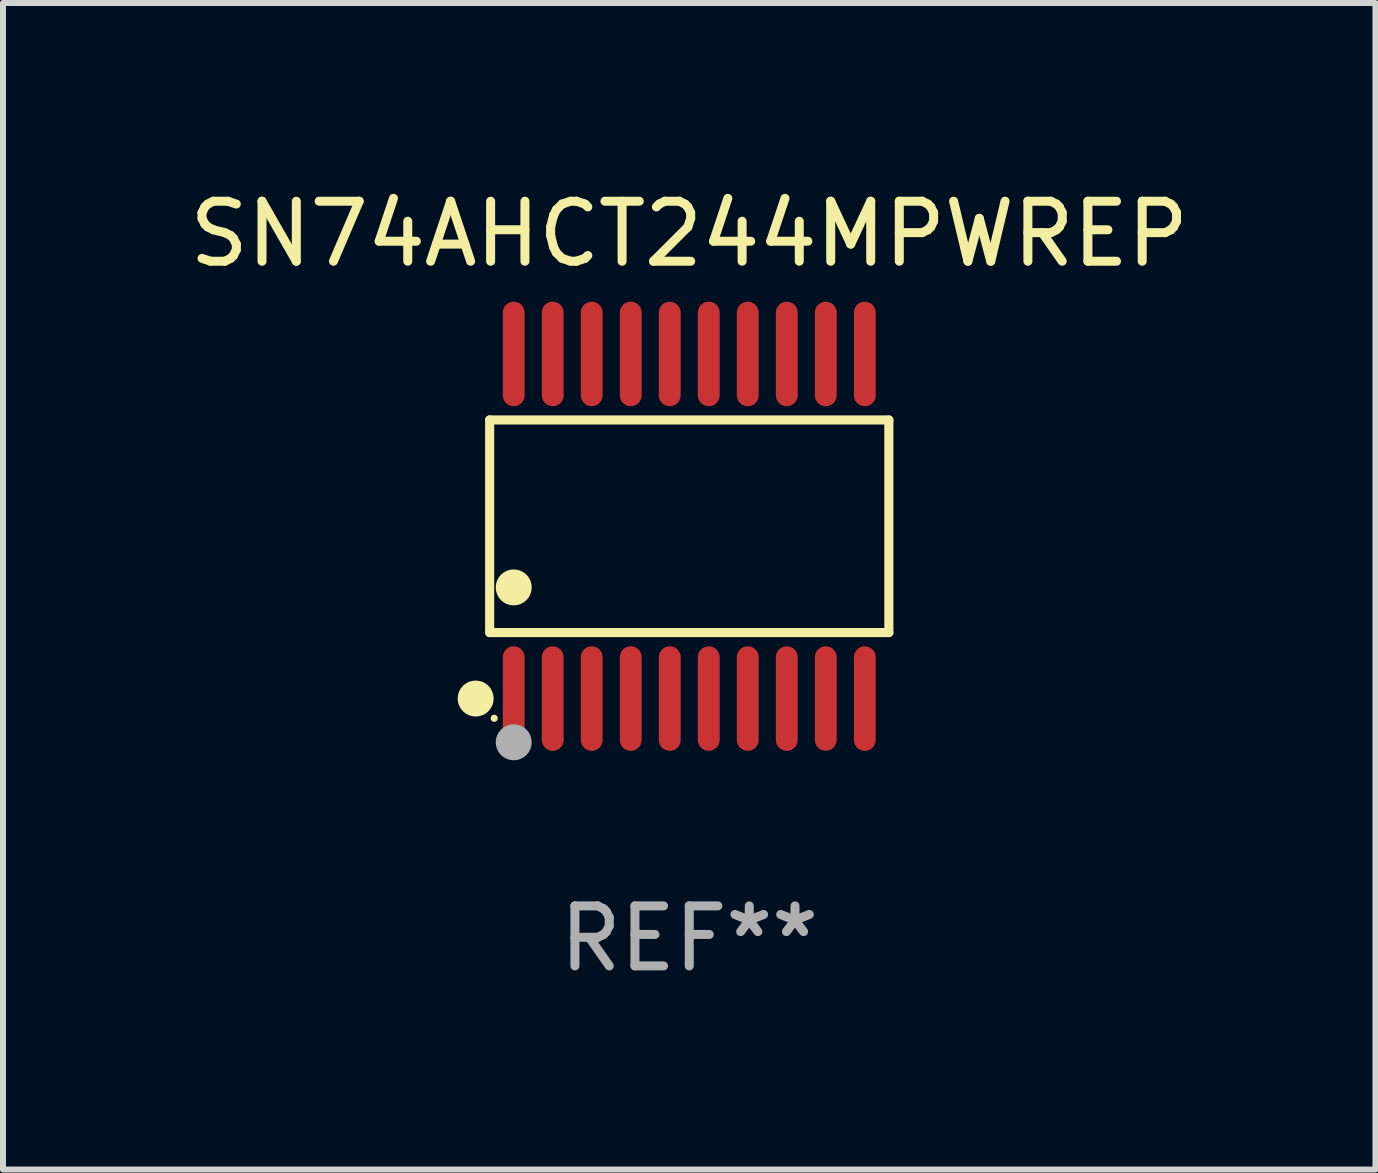
<source format=kicad_pcb>
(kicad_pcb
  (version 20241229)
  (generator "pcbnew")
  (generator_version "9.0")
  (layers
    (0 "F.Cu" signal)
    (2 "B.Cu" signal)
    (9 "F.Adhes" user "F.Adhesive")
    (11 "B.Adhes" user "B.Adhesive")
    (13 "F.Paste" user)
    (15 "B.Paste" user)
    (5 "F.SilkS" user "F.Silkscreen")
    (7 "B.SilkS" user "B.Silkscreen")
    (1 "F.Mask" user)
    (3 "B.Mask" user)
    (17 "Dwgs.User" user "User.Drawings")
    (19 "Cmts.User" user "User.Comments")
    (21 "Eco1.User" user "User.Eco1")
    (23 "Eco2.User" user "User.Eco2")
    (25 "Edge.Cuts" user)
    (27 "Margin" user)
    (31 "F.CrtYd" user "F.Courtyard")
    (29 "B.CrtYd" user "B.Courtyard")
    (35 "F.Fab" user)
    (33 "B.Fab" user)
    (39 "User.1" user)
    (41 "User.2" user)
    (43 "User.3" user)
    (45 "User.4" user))
  (footprint "SN74AHCT244MPWREP"
    (layer "F.Cu")
    (at 8.435 5.719)
    (property "Reference" "SN74AHCT244MPWREP" (at 0 -4.871 0) (layer "F.SilkS") (effects (font (size 1 1) (thickness 0.15))))
    (attr through_hole)
    (fp_line (start -3.326 -1.771) (end 3.326 -1.771) (stroke (width 0.152) (type solid)) (layer "F.SilkS"))
    (fp_line (start -3.326 1.771) (end -3.326 -1.771) (stroke (width 0.152) (type solid)) (layer "F.SilkS"))
    (fp_line (start 3.326 -1.771) (end 3.326 1.771) (stroke (width 0.152) (type solid)) (layer "F.SilkS"))
    (fp_line (start 3.326 1.771) (end -3.326 1.771) (stroke (width 0.152) (type solid)) (layer "F.SilkS"))
    (fp_circle (center -3.559 2.871) (end -3.409 2.871) (stroke (width 0.3) (type solid)) (fill no) (layer "F.SilkS"))
    (fp_circle (center -3.25 3.2) (end -3.22 3.2) (stroke (width 0.06) (type solid)) (fill no) (layer "F.SilkS"))
    (fp_circle (center -2.925 1.019) (end -2.775 1.019) (stroke (width 0.3) (type solid)) (fill no) (layer "F.SilkS"))
    (fp_circle (center -2.925 3.6) (end -2.775 3.6) (stroke (width 0.3) (type solid)) (fill no) (layer "F.Fab"))
    (fp_text user "REF**" (at 0 6.871 0) (layer "F.Fab") (effects (font (size 1 1) (thickness 0.15))))
    (pad "1" smd oval (at -2.925 2.871) (size 0.364 1.742) (layers "F.Cu" "F.Mask" "F.Paste"))
    (pad "2" smd oval (at -2.275 2.871) (size 0.364 1.742) (layers "F.Cu" "F.Mask" "F.Paste"))
    (pad "3" smd oval (at -1.625 2.871) (size 0.364 1.742) (layers "F.Cu" "F.Mask" "F.Paste"))
    (pad "4" smd oval (at -0.975 2.871) (size 0.364 1.742) (layers "F.Cu" "F.Mask" "F.Paste"))
    (pad "5" smd oval (at -0.325 2.871) (size 0.364 1.742) (layers "F.Cu" "F.Mask" "F.Paste"))
    (pad "6" smd oval (at 0.325 2.871) (size 0.364 1.742) (layers "F.Cu" "F.Mask" "F.Paste"))
    (pad "7" smd oval (at 0.975 2.871) (size 0.364 1.742) (layers "F.Cu" "F.Mask" "F.Paste"))
    (pad "8" smd oval (at 1.625 2.871) (size 0.364 1.742) (layers "F.Cu" "F.Mask" "F.Paste"))
    (pad "9" smd oval (at 2.275 2.871) (size 0.364 1.742) (layers "F.Cu" "F.Mask" "F.Paste"))
    (pad "10" smd oval (at 2.925 2.871) (size 0.364 1.742) (layers "F.Cu" "F.Mask" "F.Paste"))
    (pad "11" smd oval (at 2.925 -2.871) (size 0.364 1.742) (layers "F.Cu" "F.Mask" "F.Paste"))
    (pad "12" smd oval (at 2.275 -2.871) (size 0.364 1.742) (layers "F.Cu" "F.Mask" "F.Paste"))
    (pad "13" smd oval (at 1.625 -2.871) (size 0.364 1.742) (layers "F.Cu" "F.Mask" "F.Paste"))
    (pad "14" smd oval (at 0.975 -2.871) (size 0.364 1.742) (layers "F.Cu" "F.Mask" "F.Paste"))
    (pad "15" smd oval (at 0.325 -2.871) (size 0.364 1.742) (layers "F.Cu" "F.Mask" "F.Paste"))
    (pad "16" smd oval (at -0.325 -2.871) (size 0.364 1.742) (layers "F.Cu" "F.Mask" "F.Paste"))
    (pad "17" smd oval (at -0.975 -2.871) (size 0.364 1.742) (layers "F.Cu" "F.Mask" "F.Paste"))
    (pad "18" smd oval (at -1.625 -2.871) (size 0.364 1.742) (layers "F.Cu" "F.Mask" "F.Paste"))
    (pad "19" smd oval (at -2.275 -2.871) (size 0.364 1.742) (layers "F.Cu" "F.Mask" "F.Paste"))
    (pad "20" smd oval (at -2.925 -2.871) (size 0.364 1.742) (layers "F.Cu" "F.Mask" "F.Paste")))
  (gr_rect
    (start -3 -3)
    (end 19.869 16.438)
    (stroke (width 0.1) (type default))
    (fill no)
    (layer "Edge.Cuts")))
</source>
